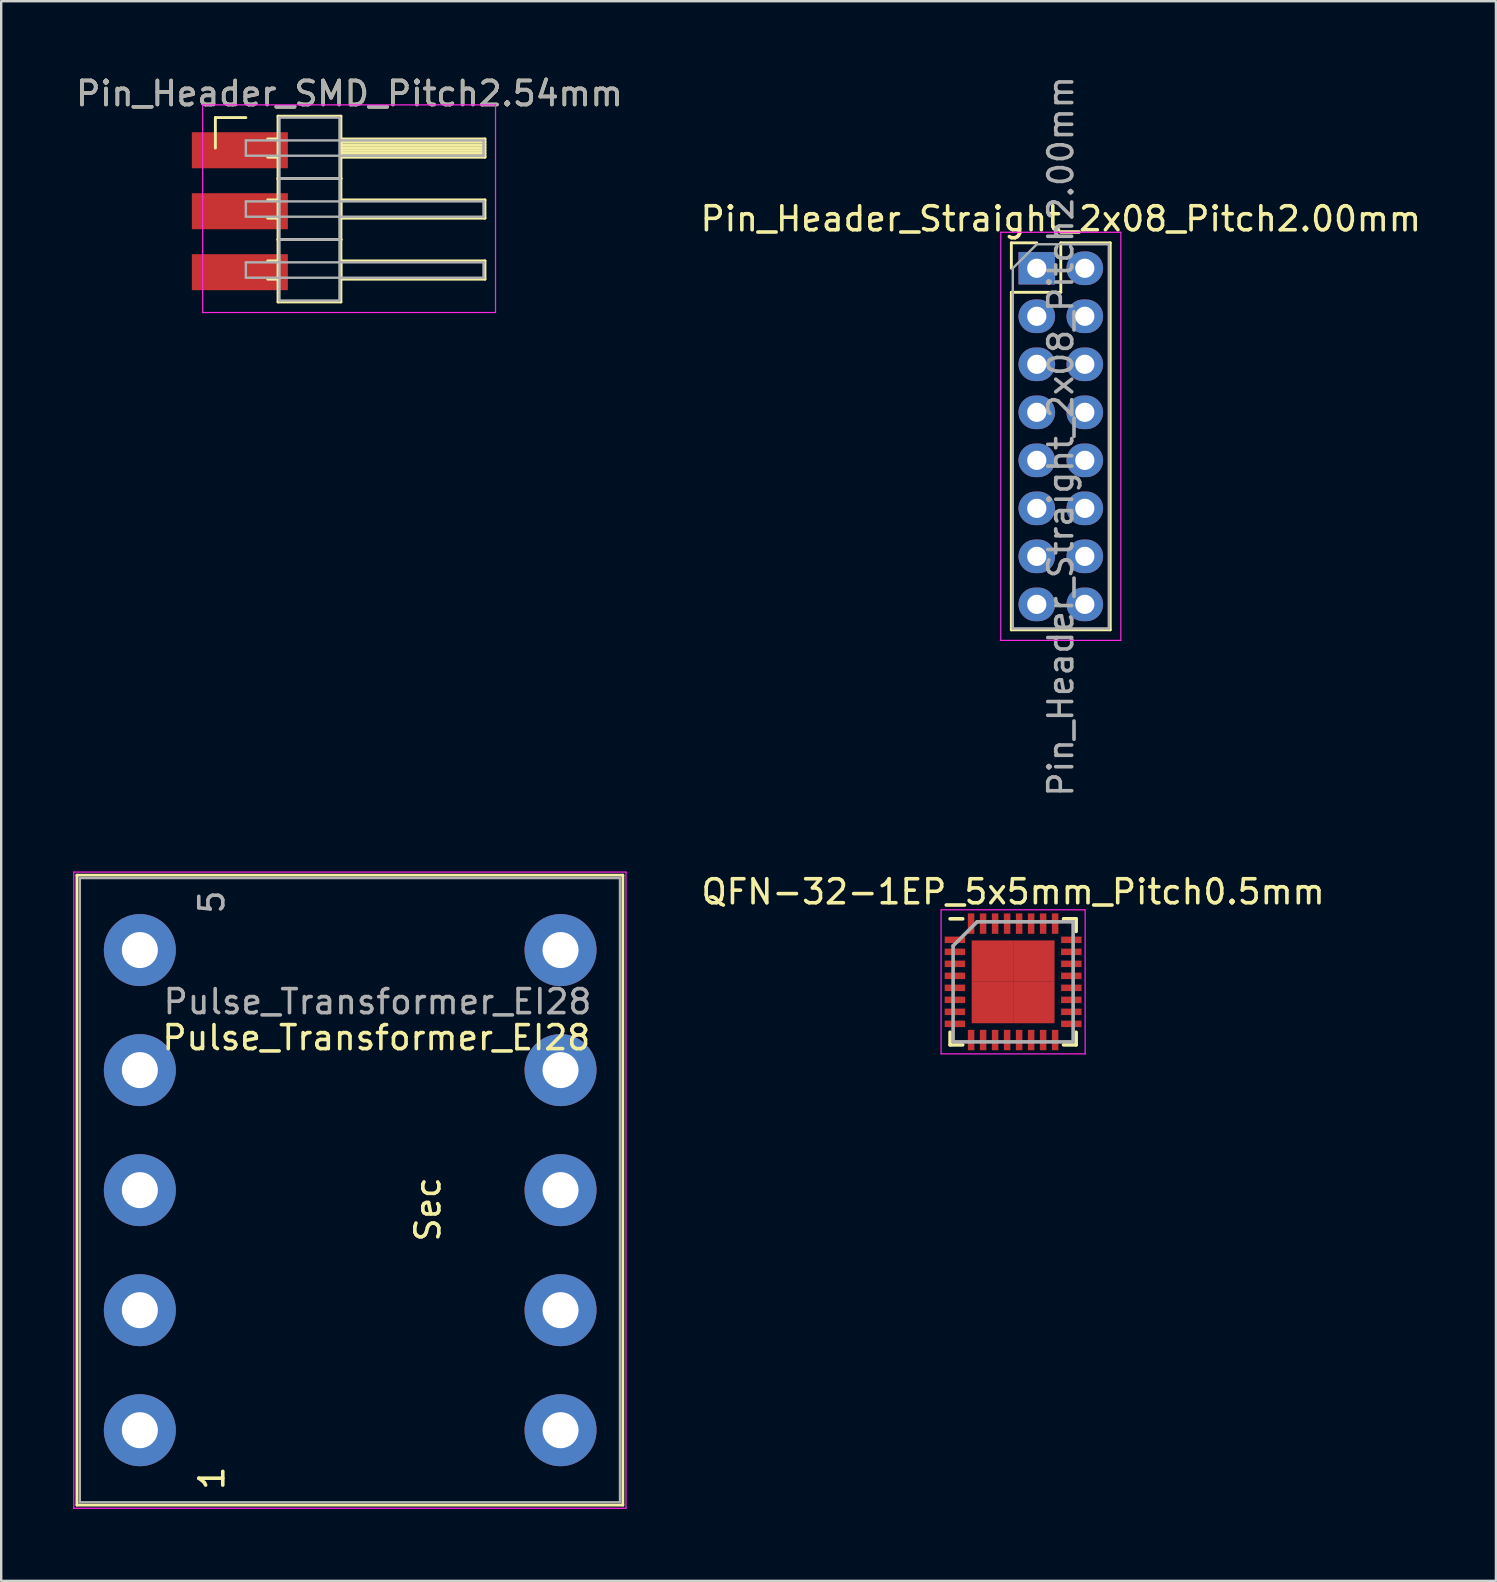
<source format=kicad_pcb>
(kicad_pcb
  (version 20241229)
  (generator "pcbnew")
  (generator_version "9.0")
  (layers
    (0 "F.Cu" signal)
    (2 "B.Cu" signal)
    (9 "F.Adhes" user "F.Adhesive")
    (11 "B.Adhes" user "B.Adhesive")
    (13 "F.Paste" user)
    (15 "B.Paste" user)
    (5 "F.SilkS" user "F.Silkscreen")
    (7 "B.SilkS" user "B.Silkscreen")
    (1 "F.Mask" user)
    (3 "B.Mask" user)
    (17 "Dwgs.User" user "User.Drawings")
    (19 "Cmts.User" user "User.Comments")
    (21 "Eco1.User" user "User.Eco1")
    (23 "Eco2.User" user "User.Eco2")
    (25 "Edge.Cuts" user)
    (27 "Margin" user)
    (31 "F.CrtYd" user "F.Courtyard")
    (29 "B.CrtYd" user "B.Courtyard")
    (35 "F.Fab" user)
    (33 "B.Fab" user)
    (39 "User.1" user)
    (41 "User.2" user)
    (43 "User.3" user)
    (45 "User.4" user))
  (footprint "Pin_Header_SMD_Pitch2.54mm"
    (layer "F.Cu")
    (at 6.941 5.748)
    (property "Reference" "Pin_Header_SMD_Pitch2.54mm" (at 4.565 -4.9 0) (layer "F.SilkS") (effects (font (size 1 1) (thickness 0.15))))
    (attr through_hole)
    (fp_line (start -1.02 -3.9) (end 0.25 -3.9) (stroke (width 0.12) (type solid)) (layer "F.SilkS"))
    (fp_line (start -1.02 -2.63) (end -1.02 -3.9) (stroke (width 0.12) (type solid)) (layer "F.SilkS"))
    (fp_line (start 1.16 -3.01) (end 1.59 -3.01) (stroke (width 0.12) (type solid)) (layer "F.SilkS"))
    (fp_line (start 1.16 -2.25) (end 1.59 -2.25) (stroke (width 0.12) (type solid)) (layer "F.SilkS"))
    (fp_line (start 1.16 -0.47) (end 1.59 -0.47) (stroke (width 0.12) (type solid)) (layer "F.SilkS"))
    (fp_line (start 1.16 0.29) (end 1.59 0.29) (stroke (width 0.12) (type solid)) (layer "F.SilkS"))
    (fp_line (start 1.16 2.07) (end 1.59 2.07) (stroke (width 0.12) (type solid)) (layer "F.SilkS"))
    (fp_line (start 1.16 2.83) (end 1.59 2.83) (stroke (width 0.12) (type solid)) (layer "F.SilkS"))
    (fp_line (start 1.59 -3.96) (end 1.59 -1.36) (stroke (width 0.12) (type solid)) (layer "F.SilkS"))
    (fp_line (start 1.59 -1.36) (end 1.59 1.18) (stroke (width 0.12) (type solid)) (layer "F.SilkS"))
    (fp_line (start 1.59 -1.36) (end 4.21 -1.36) (stroke (width 0.12) (type solid)) (layer "F.SilkS"))
    (fp_line (start 1.59 1.18) (end 1.59 3.78) (stroke (width 0.12) (type solid)) (layer "F.SilkS"))
    (fp_line (start 1.59 1.18) (end 4.21 1.18) (stroke (width 0.12) (type solid)) (layer "F.SilkS"))
    (fp_line (start 1.59 3.78) (end 4.21 3.78) (stroke (width 0.12) (type solid)) (layer "F.SilkS"))
    (fp_line (start 4.21 -3.96) (end 1.59 -3.96) (stroke (width 0.12) (type solid)) (layer "F.SilkS"))
    (fp_line (start 4.21 -3.01) (end 4.21 -2.25) (stroke (width 0.12) (type solid)) (layer "F.SilkS"))
    (fp_line (start 4.21 -2.89) (end 10.21 -2.89) (stroke (width 0.12) (type solid)) (layer "F.SilkS"))
    (fp_line (start 4.21 -2.77) (end 10.21 -2.77) (stroke (width 0.12) (type solid)) (layer "F.SilkS"))
    (fp_line (start 4.21 -2.65) (end 10.21 -2.65) (stroke (width 0.12) (type solid)) (layer "F.SilkS"))
    (fp_line (start 4.21 -2.53) (end 10.21 -2.53) (stroke (width 0.12) (type solid)) (layer "F.SilkS"))
    (fp_line (start 4.21 -2.41) (end 10.21 -2.41) (stroke (width 0.12) (type solid)) (layer "F.SilkS"))
    (fp_line (start 4.21 -2.29) (end 10.21 -2.29) (stroke (width 0.12) (type solid)) (layer "F.SilkS"))
    (fp_line (start 4.21 -2.25) (end 10.21 -2.25) (stroke (width 0.12) (type solid)) (layer "F.SilkS"))
    (fp_line (start 4.21 -1.36) (end 1.59 -1.36) (stroke (width 0.12) (type solid)) (layer "F.SilkS"))
    (fp_line (start 4.21 -1.36) (end 4.21 -3.96) (stroke (width 0.12) (type solid)) (layer "F.SilkS"))
    (fp_line (start 4.21 -0.47) (end 4.21 0.29) (stroke (width 0.12) (type solid)) (layer "F.SilkS"))
    (fp_line (start 4.21 0.29) (end 10.21 0.29) (stroke (width 0.12) (type solid)) (layer "F.SilkS"))
    (fp_line (start 4.21 1.18) (end 1.59 1.18) (stroke (width 0.12) (type solid)) (layer "F.SilkS"))
    (fp_line (start 4.21 1.18) (end 4.21 -1.36) (stroke (width 0.12) (type solid)) (layer "F.SilkS"))
    (fp_line (start 4.21 2.07) (end 4.21 2.83) (stroke (width 0.12) (type solid)) (layer "F.SilkS"))
    (fp_line (start 4.21 2.83) (end 10.21 2.83) (stroke (width 0.12) (type solid)) (layer "F.SilkS"))
    (fp_line (start 4.21 3.78) (end 4.21 1.18) (stroke (width 0.12) (type solid)) (layer "F.SilkS"))
    (fp_line (start 10.21 -3.01) (end 4.21 -3.01) (stroke (width 0.12) (type solid)) (layer "F.SilkS"))
    (fp_line (start 10.21 -2.25) (end 10.21 -3.01) (stroke (width 0.12) (type solid)) (layer "F.SilkS"))
    (fp_line (start 10.21 -0.47) (end 4.21 -0.47) (stroke (width 0.12) (type solid)) (layer "F.SilkS"))
    (fp_line (start 10.21 0.29) (end 10.21 -0.47) (stroke (width 0.12) (type solid)) (layer "F.SilkS"))
    (fp_line (start 10.21 2.07) (end 4.21 2.07) (stroke (width 0.12) (type solid)) (layer "F.SilkS"))
    (fp_line (start 10.21 2.83) (end 10.21 2.07) (stroke (width 0.12) (type solid)) (layer "F.SilkS"))
    (fp_line (start -1.55 -4.43) (end -1.55 4.22) (stroke (width 0.05) (type solid)) (layer "F.CrtYd"))
    (fp_line (start -1.55 4.22) (end 10.65 4.22) (stroke (width 0.05) (type solid)) (layer "F.CrtYd"))
    (fp_line (start 10.65 -4.43) (end -1.55 -4.43) (stroke (width 0.05) (type solid)) (layer "F.CrtYd"))
    (fp_line (start 10.65 4.22) (end 10.65 -4.43) (stroke (width 0.05) (type solid)) (layer "F.CrtYd"))
    (fp_line (start 0.25 -2.95) (end 0.25 -2.31) (stroke (width 0.1) (type solid)) (layer "F.Fab"))
    (fp_line (start 0.25 -2.31) (end 10.15 -2.31) (stroke (width 0.1) (type solid)) (layer "F.Fab"))
    (fp_line (start 0.25 -0.41) (end 0.25 0.23) (stroke (width 0.1) (type solid)) (layer "F.Fab"))
    (fp_line (start 0.25 0.23) (end 10.15 0.23) (stroke (width 0.1) (type solid)) (layer "F.Fab"))
    (fp_line (start 0.25 2.13) (end 0.25 2.77) (stroke (width 0.1) (type solid)) (layer "F.Fab"))
    (fp_line (start 0.25 2.77) (end 10.15 2.77) (stroke (width 0.1) (type solid)) (layer "F.Fab"))
    (fp_line (start 1.65 -3.9) (end 1.65 -1.36) (stroke (width 0.1) (type solid)) (layer "F.Fab"))
    (fp_line (start 1.65 -1.36) (end 1.65 1.18) (stroke (width 0.1) (type solid)) (layer "F.Fab"))
    (fp_line (start 1.65 -1.36) (end 4.15 -1.36) (stroke (width 0.1) (type solid)) (layer "F.Fab"))
    (fp_line (start 1.65 1.18) (end 1.65 3.72) (stroke (width 0.1) (type solid)) (layer "F.Fab"))
    (fp_line (start 1.65 1.18) (end 4.15 1.18) (stroke (width 0.1) (type solid)) (layer "F.Fab"))
    (fp_line (start 1.65 3.72) (end 4.15 3.72) (stroke (width 0.1) (type solid)) (layer "F.Fab"))
    (fp_line (start 4.15 -3.9) (end 1.65 -3.9) (stroke (width 0.1) (type solid)) (layer "F.Fab"))
    (fp_line (start 4.15 -1.36) (end 1.65 -1.36) (stroke (width 0.1) (type solid)) (layer "F.Fab"))
    (fp_line (start 4.15 -1.36) (end 4.15 -3.9) (stroke (width 0.1) (type solid)) (layer "F.Fab"))
    (fp_line (start 4.15 1.18) (end 1.65 1.18) (stroke (width 0.1) (type solid)) (layer "F.Fab"))
    (fp_line (start 4.15 1.18) (end 4.15 -1.36) (stroke (width 0.1) (type solid)) (layer "F.Fab"))
    (fp_line (start 4.15 3.72) (end 4.15 1.18) (stroke (width 0.1) (type solid)) (layer "F.Fab"))
    (fp_line (start 10.15 -2.95) (end 0.25 -2.95) (stroke (width 0.1) (type solid)) (layer "F.Fab"))
    (fp_line (start 10.15 -2.31) (end 10.15 -2.95) (stroke (width 0.1) (type solid)) (layer "F.Fab"))
    (fp_line (start 10.15 -0.41) (end 0.25 -0.41) (stroke (width 0.1) (type solid)) (layer "F.Fab"))
    (fp_line (start 10.15 0.23) (end 10.15 -0.41) (stroke (width 0.1) (type solid)) (layer "F.Fab"))
    (fp_line (start 10.15 2.13) (end 0.25 2.13) (stroke (width 0.1) (type solid)) (layer "F.Fab"))
    (fp_line (start 10.15 2.77) (end 10.15 2.13) (stroke (width 0.1) (type solid)) (layer "F.Fab"))
    (fp_text user "${REFERENCE}" (at 4.565 -4.9 0) (layer "F.Fab") (effects (font (size 1 1) (thickness 0.15))))
    (pad "1" smd rect (at 0 -2.54) (size 4 1.5) (layers "F.Cu" "F.Mask" "F.Paste"))
    (pad "2" smd rect (at 0 0) (size 4 1.5) (layers "F.Cu" "F.Mask" "F.Paste"))
    (pad "3" smd rect (at 0 2.54) (size 4 1.5) (layers "F.Cu" "F.Mask" "F.Paste")))
  (footprint "QFN-32-1EP_5x5mm_Pitch0.5mm"
    (layer "F.Cu")
    (at 39.151 37.848)
    (property "Reference" "QFN-32-1EP_5x5mm_Pitch0.5mm" (at 0 -3.75 0) (layer "F.SilkS") (effects (font (size 1 1) (thickness 0.15))))
    (attr smd)
    (fp_line (start -2.625 -2.625) (end -2.1 -2.625) (stroke (width 0.15) (type solid)) (layer "F.SilkS"))
    (fp_line (start -2.625 2.625) (end -2.625 2.1) (stroke (width 0.15) (type solid)) (layer "F.SilkS"))
    (fp_line (start -2.625 2.625) (end -2.1 2.625) (stroke (width 0.15) (type solid)) (layer "F.SilkS"))
    (fp_line (start 2.625 -2.625) (end 2.1 -2.625) (stroke (width 0.15) (type solid)) (layer "F.SilkS"))
    (fp_line (start 2.625 -2.625) (end 2.625 -2.1) (stroke (width 0.15) (type solid)) (layer "F.SilkS"))
    (fp_line (start 2.625 2.625) (end 2.1 2.625) (stroke (width 0.15) (type solid)) (layer "F.SilkS"))
    (fp_line (start 2.625 2.625) (end 2.625 2.1) (stroke (width 0.15) (type solid)) (layer "F.SilkS"))
    (fp_line (start -3 -3) (end -3 3) (stroke (width 0.05) (type solid)) (layer "F.CrtYd"))
    (fp_line (start -3 -3) (end 3 -3) (stroke (width 0.05) (type solid)) (layer "F.CrtYd"))
    (fp_line (start -3 3) (end 3 3) (stroke (width 0.05) (type solid)) (layer "F.CrtYd"))
    (fp_line (start 3 -3) (end 3 3) (stroke (width 0.05) (type solid)) (layer "F.CrtYd"))
    (fp_line (start -2.5 -1.5) (end -1.5 -2.5) (stroke (width 0.15) (type solid)) (layer "F.Fab"))
    (fp_line (start -2.5 2.5) (end -2.5 -1.5) (stroke (width 0.15) (type solid)) (layer "F.Fab"))
    (fp_line (start -1.5 -2.5) (end 2.5 -2.5) (stroke (width 0.15) (type solid)) (layer "F.Fab"))
    (fp_line (start 2.5 -2.5) (end 2.5 2.5) (stroke (width 0.15) (type solid)) (layer "F.Fab"))
    (fp_line (start 2.5 2.5) (end -2.5 2.5) (stroke (width 0.15) (type solid)) (layer "F.Fab"))
    (pad "1" smd rect (at -2.425 -1.75) (size 0.85 0.27) (layers "F.Cu" "F.Mask" "F.Paste"))
    (pad "2" smd rect (at -2.425 -1.25) (size 0.85 0.27) (layers "F.Cu" "F.Mask" "F.Paste"))
    (pad "3" smd rect (at -2.425 -0.75) (size 0.85 0.27) (layers "F.Cu" "F.Mask" "F.Paste"))
    (pad "4" smd rect (at -2.425 -0.25) (size 0.85 0.27) (layers "F.Cu" "F.Mask" "F.Paste"))
    (pad "5" smd rect (at -2.425 0.25) (size 0.85 0.27) (layers "F.Cu" "F.Mask" "F.Paste"))
    (pad "6" smd rect (at -2.425 0.75) (size 0.85 0.27) (layers "F.Cu" "F.Mask" "F.Paste"))
    (pad "7" smd rect (at -2.425 1.25) (size 0.85 0.27) (layers "F.Cu" "F.Mask" "F.Paste"))
    (pad "8" smd rect (at -2.425 1.75) (size 0.85 0.27) (layers "F.Cu" "F.Mask" "F.Paste"))
    (pad "9" smd rect (at -1.75 2.425 90) (size 0.85 0.27) (layers "F.Cu" "F.Mask" "F.Paste"))
    (pad "10" smd rect (at -1.25 2.425 90) (size 0.85 0.27) (layers "F.Cu" "F.Mask" "F.Paste"))
    (pad "11" smd rect (at -0.75 2.425 90) (size 0.85 0.27) (layers "F.Cu" "F.Mask" "F.Paste"))
    (pad "12" smd rect (at -0.25 2.425 90) (size 0.85 0.27) (layers "F.Cu" "F.Mask" "F.Paste"))
    (pad "13" smd rect (at 0.25 2.425 90) (size 0.85 0.27) (layers "F.Cu" "F.Mask" "F.Paste"))
    (pad "14" smd rect (at 0.75 2.425 90) (size 0.85 0.27) (layers "F.Cu" "F.Mask" "F.Paste"))
    (pad "15" smd rect (at 1.25 2.425 90) (size 0.85 0.27) (layers "F.Cu" "F.Mask" "F.Paste"))
    (pad "16" smd rect (at 1.75 2.425 90) (size 0.85 0.27) (layers "F.Cu" "F.Mask" "F.Paste"))
    (pad "17" smd rect (at 2.425 1.75) (size 0.85 0.27) (layers "F.Cu" "F.Mask" "F.Paste"))
    (pad "18" smd rect (at 2.425 1.25) (size 0.85 0.27) (layers "F.Cu" "F.Mask" "F.Paste"))
    (pad "19" smd rect (at 2.425 0.75) (size 0.85 0.27) (layers "F.Cu" "F.Mask" "F.Paste"))
    (pad "20" smd rect (at 2.425 0.25) (size 0.85 0.27) (layers "F.Cu" "F.Mask" "F.Paste"))
    (pad "21" smd rect (at 2.425 -0.25) (size 0.85 0.27) (layers "F.Cu" "F.Mask" "F.Paste"))
    (pad "22" smd rect (at 2.425 -0.75) (size 0.85 0.27) (layers "F.Cu" "F.Mask" "F.Paste"))
    (pad "23" smd rect (at 2.425 -1.25) (size 0.85 0.27) (layers "F.Cu" "F.Mask" "F.Paste"))
    (pad "24" smd rect (at 2.425 -1.75) (size 0.85 0.27) (layers "F.Cu" "F.Mask" "F.Paste"))
    (pad "25" smd rect (at 1.75 -2.425 90) (size 0.85 0.27) (layers "F.Cu" "F.Mask" "F.Paste"))
    (pad "26" smd rect (at 1.25 -2.425 90) (size 0.85 0.27) (layers "F.Cu" "F.Mask" "F.Paste"))
    (pad "27" smd rect (at 0.75 -2.425 90) (size 0.85 0.27) (layers "F.Cu" "F.Mask" "F.Paste"))
    (pad "28" smd rect (at 0.25 -2.425 90) (size 0.85 0.27) (layers "F.Cu" "F.Mask" "F.Paste"))
    (pad "29" smd rect (at -0.25 -2.425 90) (size 0.85 0.27) (layers "F.Cu" "F.Mask" "F.Paste"))
    (pad "30" smd rect (at -0.75 -2.425 90) (size 0.85 0.27) (layers "F.Cu" "F.Mask" "F.Paste"))
    (pad "31" smd rect (at -1.25 -2.425 90) (size 0.85 0.27) (layers "F.Cu" "F.Mask" "F.Paste"))
    (pad "32" smd rect (at -1.75 -2.425 90) (size 0.85 0.27) (layers "F.Cu" "F.Mask" "F.Paste"))
    (pad "33" smd rect (at -0.863 -0.863) (size 1.725 1.725) (layers "F.Cu" "F.Mask" "F.Paste"))
    (pad "33" smd rect (at -0.863 0.863) (size 1.725 1.725) (layers "F.Cu" "F.Mask" "F.Paste"))
    (pad "33" smd rect (at 0.863 -0.863) (size 1.725 1.725) (layers "F.Cu" "F.Mask" "F.Paste"))
    (pad "33" smd rect (at 0.863 0.863) (size 1.725 1.725) (layers "F.Cu" "F.Mask" "F.Paste")))
  (footprint "Pin_Header_Straight_2x08_Pitch2.00mm"
    (layer "F.Cu")
    (at 41.137 15.125)
    (property "Reference" "Pin_Header_Straight_2x08_Pitch2.00mm" (at 0 -9.06 0) (layer "F.SilkS") (effects (font (size 1 1) (thickness 0.15))))
    (attr through_hole)
    (fp_line (start -2.06 -8.06) (end -1 -8.06) (stroke (width 0.12) (type solid)) (layer "F.SilkS"))
    (fp_line (start -2.06 -7) (end -2.06 -8.06) (stroke (width 0.12) (type solid)) (layer "F.SilkS"))
    (fp_line (start -2.06 -6) (end -2.06 8.06) (stroke (width 0.12) (type solid)) (layer "F.SilkS"))
    (fp_line (start -2.06 -6) (end 0 -6) (stroke (width 0.12) (type solid)) (layer "F.SilkS"))
    (fp_line (start -2.06 8.06) (end 2.06 8.06) (stroke (width 0.12) (type solid)) (layer "F.SilkS"))
    (fp_line (start 0 -8.06) (end 2.06 -8.06) (stroke (width 0.12) (type solid)) (layer "F.SilkS"))
    (fp_line (start 0 -6) (end 0 -8.06) (stroke (width 0.12) (type solid)) (layer "F.SilkS"))
    (fp_line (start 2.06 -8.06) (end 2.06 8.06) (stroke (width 0.12) (type solid)) (layer "F.SilkS"))
    (fp_line (start -2.5 -8.5) (end -2.5 8.5) (stroke (width 0.05) (type solid)) (layer "F.CrtYd"))
    (fp_line (start -2.5 8.5) (end 2.5 8.5) (stroke (width 0.05) (type solid)) (layer "F.CrtYd"))
    (fp_line (start 2.5 -8.5) (end -2.5 -8.5) (stroke (width 0.05) (type solid)) (layer "F.CrtYd"))
    (fp_line (start 2.5 8.5) (end 2.5 -8.5) (stroke (width 0.05) (type solid)) (layer "F.CrtYd"))
    (fp_line (start -2 -7) (end -1 -8) (stroke (width 0.1) (type solid)) (layer "F.Fab"))
    (fp_line (start -2 8) (end -2 -7) (stroke (width 0.1) (type solid)) (layer "F.Fab"))
    (fp_line (start -1 -8) (end 2 -8) (stroke (width 0.1) (type solid)) (layer "F.Fab"))
    (fp_line (start 2 -8) (end 2 8) (stroke (width 0.1) (type solid)) (layer "F.Fab"))
    (fp_line (start 2 8) (end -2 8) (stroke (width 0.1) (type solid)) (layer "F.Fab"))
    (fp_text user "${REFERENCE}" (at 0 0 90) (layer "F.Fab") (effects (font (size 1 1) (thickness 0.15))))
    (pad "1" thru_hole rect (at -1 -7) (size 1.524 1.35) (drill 0.8) (layers "*.Cu" "*.Mask"))
    (pad "2" thru_hole oval (at 1 -7) (size 1.524 1.4) (drill 0.8) (layers "*.Cu" "*.Mask"))
    (pad "3" thru_hole oval (at -1 -5) (size 1.524 1.4) (drill 0.8) (layers "*.Cu" "*.Mask"))
    (pad "4" thru_hole oval (at 1 -5) (size 1.524 1.4) (drill 0.8) (layers "*.Cu" "*.Mask"))
    (pad "5" thru_hole oval (at -1 -3) (size 1.524 1.4) (drill 0.8) (layers "*.Cu" "*.Mask"))
    (pad "6" thru_hole oval (at 1 -3) (size 1.524 1.4) (drill 0.8) (layers "*.Cu" "*.Mask"))
    (pad "7" thru_hole oval (at -1 -1) (size 1.524 1.4) (drill 0.8) (layers "*.Cu" "*.Mask"))
    (pad "8" thru_hole oval (at 1 -1) (size 1.524 1.4) (drill 0.8) (layers "*.Cu" "*.Mask"))
    (pad "9" thru_hole oval (at -1 1) (size 1.524 1.4) (drill 0.8) (layers "*.Cu" "*.Mask"))
    (pad "10" thru_hole oval (at 1 1) (size 1.524 1.4) (drill 0.8) (layers "*.Cu" "*.Mask"))
    (pad "11" thru_hole oval (at -1 3) (size 1.524 1.4) (drill 0.8) (layers "*.Cu" "*.Mask"))
    (pad "12" thru_hole oval (at 1 3) (size 1.524 1.4) (drill 0.8) (layers "*.Cu" "*.Mask"))
    (pad "13" thru_hole oval (at -1 5) (size 1.524 1.4) (drill 0.8) (layers "*.Cu" "*.Mask"))
    (pad "14" thru_hole oval (at 1 5) (size 1.524 1.4) (drill 0.8) (layers "*.Cu" "*.Mask"))
    (pad "15" thru_hole oval (at -1 7) (size 1.524 1.4) (drill 0.8) (layers "*.Cu" "*.Mask"))
    (pad "16" thru_hole oval (at 1 7) (size 1.524 1.4) (drill 0.8) (layers "*.Cu" "*.Mask")))
  (footprint "Pulse_Transformer_EI28"
    (layer "F.Cu")
    (at 2.775 56.525)
    (property "Reference" "Pulse_Transformer_EI28" (at 9.85 -16.35 0) (layer "F.SilkS") (effects (font (size 1 1) (thickness 0.15))))
    (attr through_hole)
    (fp_line (start -2.62 -23.12) (end -2.62 3.12) (stroke (width 0.12) (type solid)) (layer "F.SilkS"))
    (fp_line (start -2.62 -23.12) (end 20.12 -23.12) (stroke (width 0.12) (type solid)) (layer "F.SilkS"))
    (fp_line (start 20.12 3.12) (end -2.62 3.12) (stroke (width 0.12) (type solid)) (layer "F.SilkS"))
    (fp_line (start 20.12 3.12) (end 20.12 -23.12) (stroke (width 0.12) (type solid)) (layer "F.SilkS"))
    (fp_line (start -2.75 -23.25) (end -2.75 3.25) (stroke (width 0.05) (type solid)) (layer "F.CrtYd"))
    (fp_line (start -2.75 -23.25) (end 20.25 -23.25) (stroke (width 0.05) (type solid)) (layer "F.CrtYd"))
    (fp_line (start 20.25 3.25) (end -2.75 3.25) (stroke (width 0.05) (type solid)) (layer "F.CrtYd"))
    (fp_line (start 20.25 3.25) (end 20.25 -23.25) (stroke (width 0.05) (type solid)) (layer "F.CrtYd"))
    (fp_line (start -2.5 -23) (end -2.5 3) (stroke (width 0.1) (type solid)) (layer "F.Fab"))
    (fp_line (start -2.5 3) (end 20 3) (stroke (width 0.1) (type solid)) (layer "F.Fab"))
    (fp_line (start 20 -23) (end -2.5 -23) (stroke (width 0.1) (type solid)) (layer "F.Fab"))
    (fp_line (start 20 3) (end 20 -23) (stroke (width 0.1) (type solid)) (layer "F.Fab"))
    (fp_text user "1" (at 3 2 90) (layer "F.SilkS") (effects (font (size 1 1) (thickness 0.15))))
    (fp_text user "Sec" (at 12 -9.2 90) (layer "F.SilkS") (effects (font (size 1 1) (thickness 0.15))))
    (fp_text user "${REFERENCE}" (at 9.9 -17.85 0) (layer "F.Fab") (effects (font (size 1 1) (thickness 0.15))))
    (fp_text user "5" (at 3 -22 90) (layer "F.Fab") (effects (font (size 1 1) (thickness 0.15))))
    (pad "1" thru_hole circle (at 0 0) (size 3 3) (drill 1.5) (layers "*.Cu" "*.Mask"))
    (pad "2" thru_hole circle (at 0 -5) (size 3 3) (drill 1.5) (layers "*.Cu" "*.Mask"))
    (pad "3" thru_hole circle (at 0 -10) (size 3 3) (drill 1.5) (layers "*.Cu" "*.Mask"))
    (pad "4" thru_hole circle (at 0 -15) (size 3 3) (drill 1.5) (layers "*.Cu" "*.Mask"))
    (pad "5" thru_hole circle (at 0 -20) (size 3 3) (drill 1.5) (layers "*.Cu" "*.Mask"))
    (pad "6" thru_hole circle (at 17.524 -20) (size 3 3) (drill 1.5) (layers "*.Cu" "*.Mask"))
    (pad "7" thru_hole circle (at 17.524 -15) (size 3 3) (drill 1.5) (layers "*.Cu" "*.Mask"))
    (pad "8" thru_hole circle (at 17.524 -10) (size 3 3) (drill 1.5) (layers "*.Cu" "*.Mask"))
    (pad "9" thru_hole circle (at 17.524 -5) (size 3 3) (drill 1.5) (layers "*.Cu" "*.Mask"))
    (pad "10" thru_hole circle (at 17.524 0) (size 3 3) (drill 1.5) (layers "*.Cu" "*.Mask")))
  (gr_rect
    (start -3 -3)
    (end 59.262 62.8)
    (stroke (width 0.1) (type default))
    (fill no)
    (layer "Edge.Cuts")))
</source>
